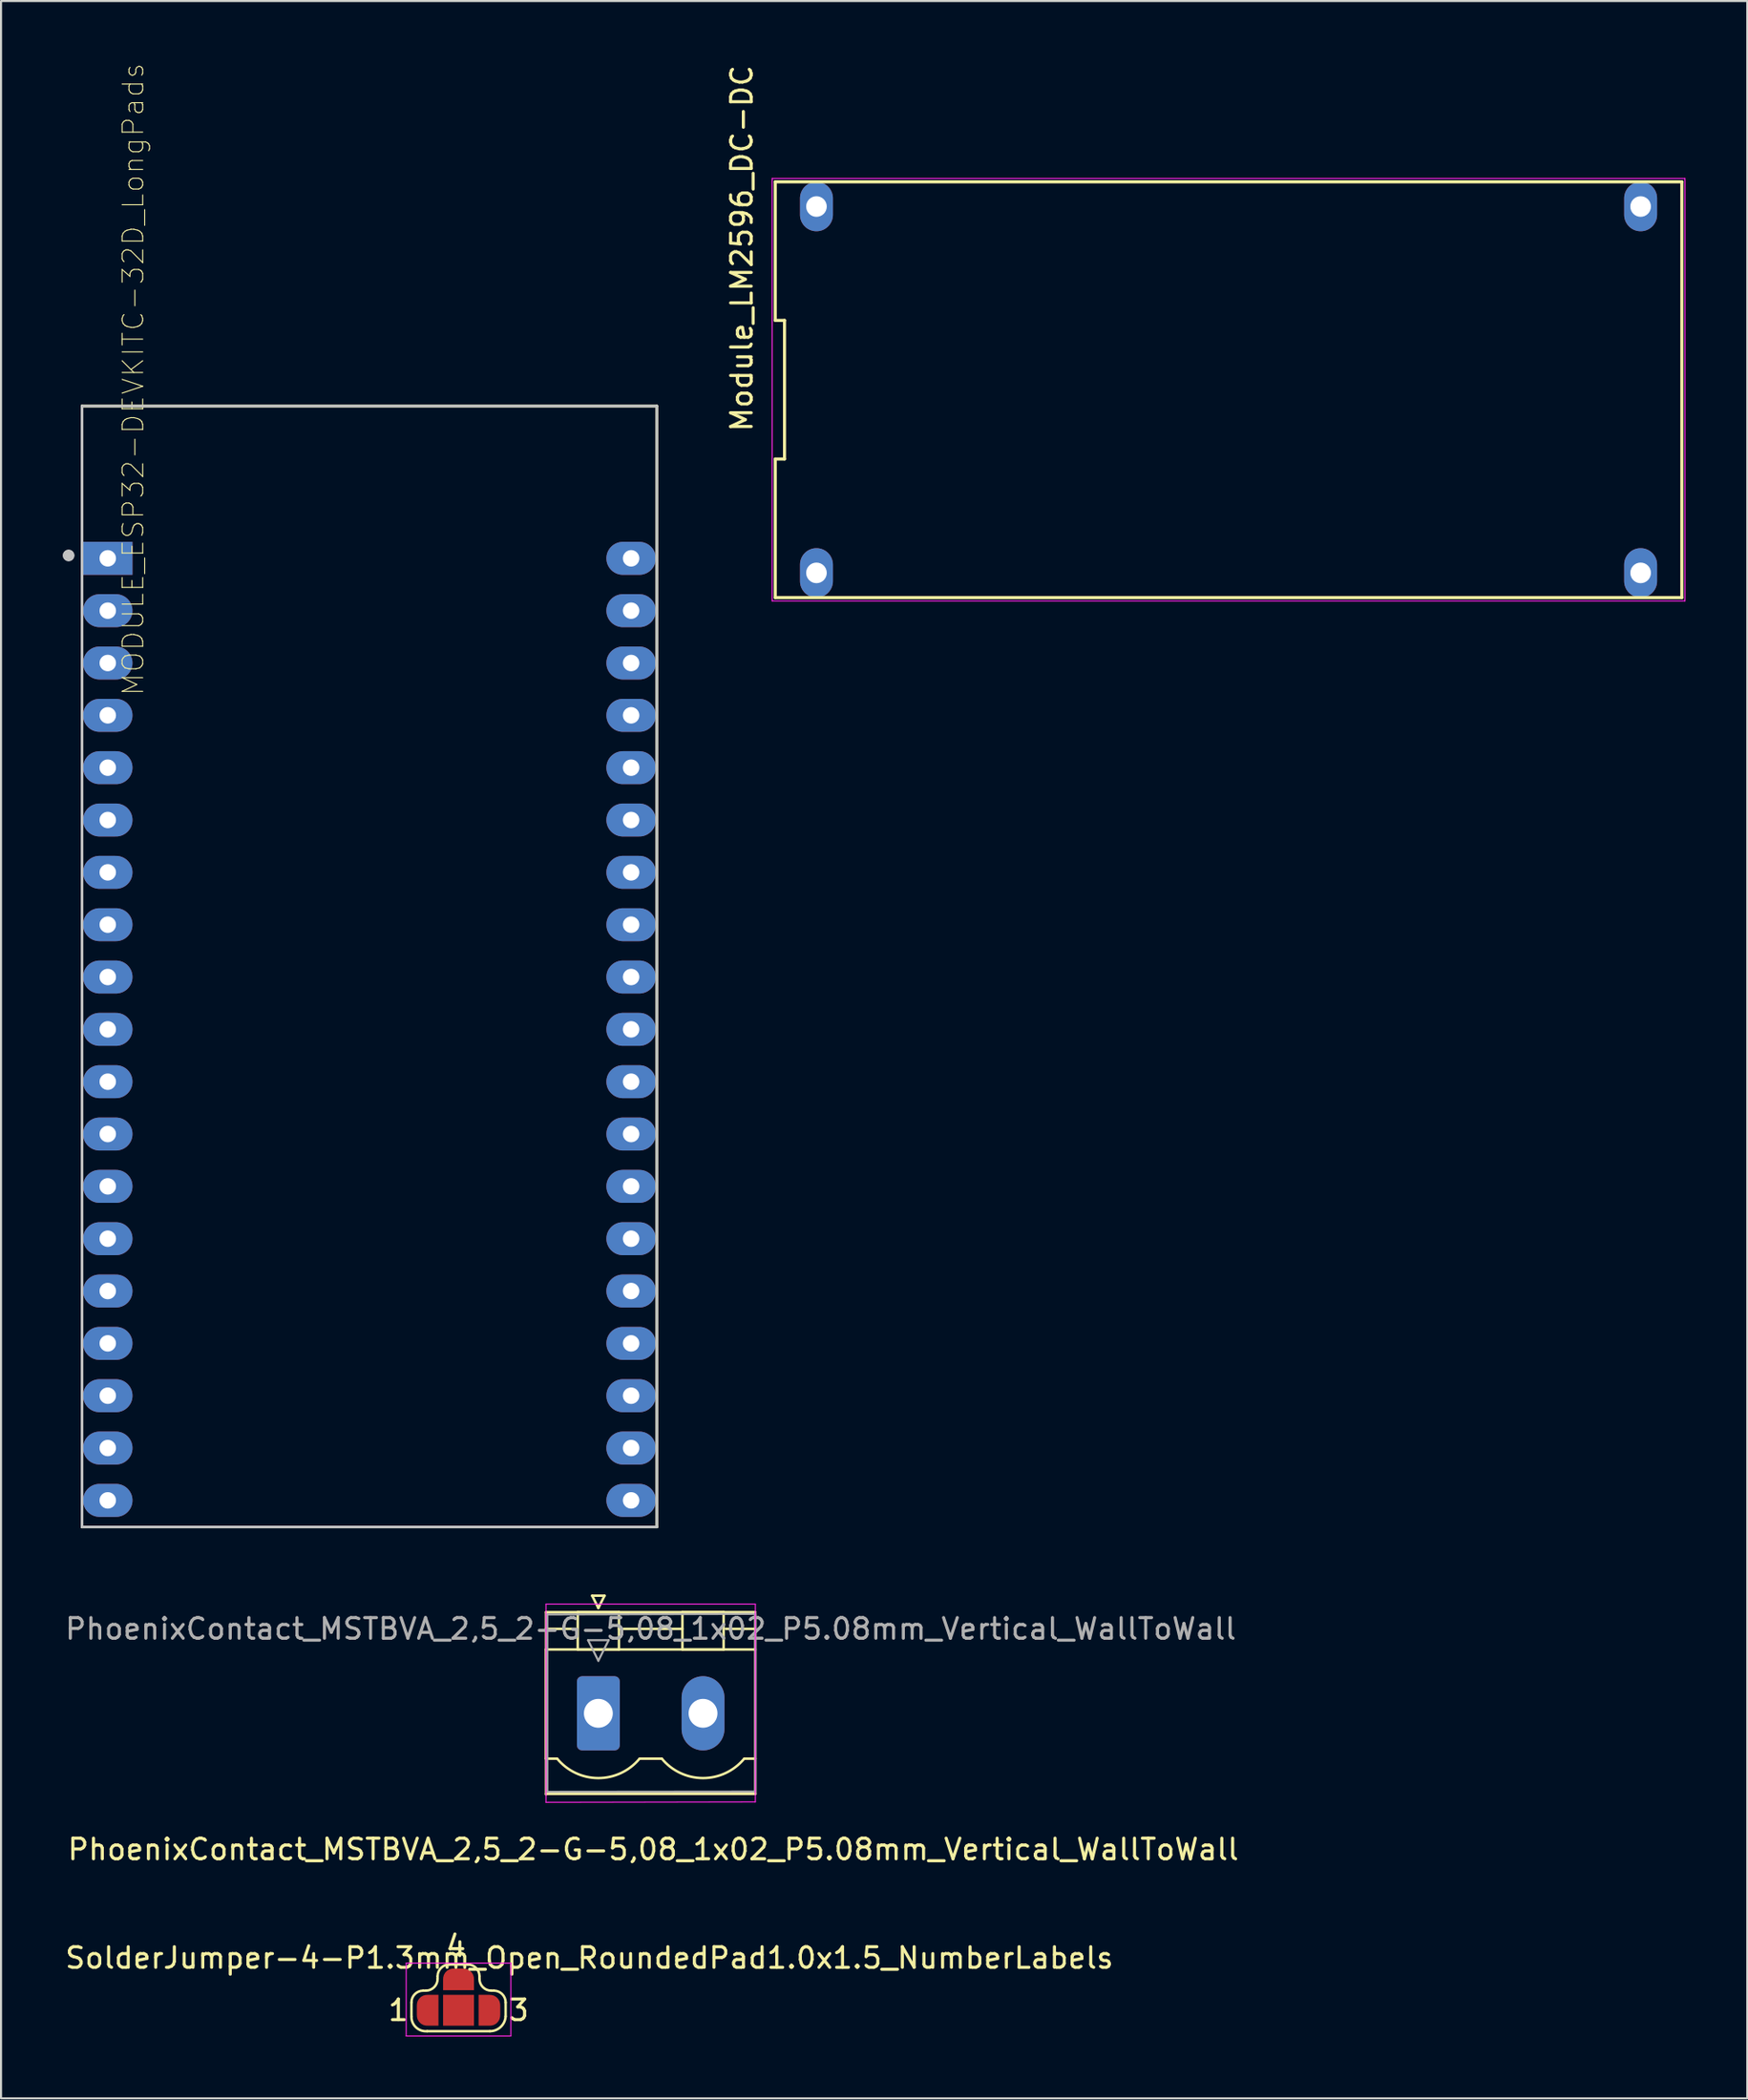
<source format=kicad_pcb>
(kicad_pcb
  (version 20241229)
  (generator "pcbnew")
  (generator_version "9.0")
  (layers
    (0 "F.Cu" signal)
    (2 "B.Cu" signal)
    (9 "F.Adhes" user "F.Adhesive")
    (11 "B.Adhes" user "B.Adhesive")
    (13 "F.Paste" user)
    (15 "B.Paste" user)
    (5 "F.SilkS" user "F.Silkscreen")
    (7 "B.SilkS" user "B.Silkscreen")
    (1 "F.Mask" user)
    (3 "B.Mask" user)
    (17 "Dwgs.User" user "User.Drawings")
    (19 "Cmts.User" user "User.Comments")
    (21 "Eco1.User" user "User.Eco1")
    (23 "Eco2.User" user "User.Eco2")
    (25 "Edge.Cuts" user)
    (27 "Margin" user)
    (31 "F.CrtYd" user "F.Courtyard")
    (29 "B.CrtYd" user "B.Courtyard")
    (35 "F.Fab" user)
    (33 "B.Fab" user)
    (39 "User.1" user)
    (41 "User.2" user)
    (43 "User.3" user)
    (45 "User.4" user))
  (footprint "PhoenixContact_MSTBVA_2,5_2-G-5,08_1x02_P5.08mm_Vertical_WallToWall"
    (layer "F.Cu")
    (at 25.99 80.103)
    (property "Reference" "PhoenixContact_MSTBVA_2,5_2-G-5,08_1x02_P5.08mm_Vertical_WallToWall" (at 2.664 6.604 180) (layer "F.SilkS") (effects (font (size 1 1) (thickness 0.15))))
    (attr through_hole)
    (fp_line (start -2.54 -4.91) (end -2.54 3.937) (stroke (width 0.12) (type solid)) (layer "F.SilkS"))
    (fp_line (start -2.54 -4.1) (end -1.11 -4.1) (stroke (width 0.12) (type solid)) (layer "F.SilkS"))
    (fp_line (start -2.54 -3.1) (end 7.62 -3.1) (stroke (width 0.12) (type solid)) (layer "F.SilkS"))
    (fp_line (start -2.54 2.2) (end -2.54 -3.1) (stroke (width 0.12) (type solid)) (layer "F.SilkS"))
    (fp_line (start -2.54 3.91) (end 7.62 3.91) (stroke (width 0.12) (type solid)) (layer "F.SilkS"))
    (fp_line (start -2 2.2) (end -2.54 2.2) (stroke (width 0.12) (type solid)) (layer "F.SilkS"))
    (fp_line (start -1 -4.91) (end 1 -4.91) (stroke (width 0.12) (type solid)) (layer "F.SilkS"))
    (fp_line (start -1 -3.1) (end -1 -4.91) (stroke (width 0.12) (type solid)) (layer "F.SilkS"))
    (fp_line (start -0.3 -5.71) (end 0.3 -5.71) (stroke (width 0.12) (type solid)) (layer "F.SilkS"))
    (fp_line (start 0 -5.11) (end -0.3 -5.71) (stroke (width 0.12) (type solid)) (layer "F.SilkS"))
    (fp_line (start 0.3 -5.71) (end 0 -5.11) (stroke (width 0.12) (type solid)) (layer "F.SilkS"))
    (fp_line (start 1 -4.91) (end 1 -3.1) (stroke (width 0.12) (type solid)) (layer "F.SilkS"))
    (fp_line (start 1 -4.1) (end 4.08 -4.1) (stroke (width 0.12) (type solid)) (layer "F.SilkS"))
    (fp_line (start 1 -3.1) (end -1 -3.1) (stroke (width 0.12) (type solid)) (layer "F.SilkS"))
    (fp_line (start 2 2.2) (end 3.08 2.2) (stroke (width 0.12) (type solid)) (layer "F.SilkS"))
    (fp_line (start 4.08 -4.91) (end 6.08 -4.91) (stroke (width 0.12) (type solid)) (layer "F.SilkS"))
    (fp_line (start 4.08 -3.1) (end 4.08 -4.91) (stroke (width 0.12) (type solid)) (layer "F.SilkS"))
    (fp_line (start 6.08 -4.91) (end 6.08 -3.1) (stroke (width 0.12) (type solid)) (layer "F.SilkS"))
    (fp_line (start 6.08 -3.1) (end 4.08 -3.1) (stroke (width 0.12) (type solid)) (layer "F.SilkS"))
    (fp_line (start 7.62 -4.91) (end -2.54 -4.91) (stroke (width 0.12) (type solid)) (layer "F.SilkS"))
    (fp_line (start 7.62 -4.1) (end 6.19 -4.1) (stroke (width 0.12) (type solid)) (layer "F.SilkS"))
    (fp_line (start 7.62 2.2) (end 7.08 2.2) (stroke (width 0.12) (type solid)) (layer "F.SilkS"))
    (fp_line (start 7.62 3.91) (end 7.62 -4.826) (stroke (width 0.12) (type solid)) (layer "F.SilkS"))
    (fp_arc (start 1.986842 2.215821) (mid -0.010289 3.142758) (end -2 2.2) (stroke (width 0.12) (type solid)) (layer "F.SilkS"))
    (fp_arc (start 7.066842 2.215821) (mid 5.069711 3.142758) (end 3.08 2.2) (stroke (width 0.12) (type solid)) (layer "F.SilkS"))
    (fp_line (start -2.54 -5.3) (end -2.54 4.318) (stroke (width 0.05) (type solid)) (layer "F.CrtYd"))
    (fp_line (start -2.54 4.318) (end 7.62 4.3) (stroke (width 0.05) (type solid)) (layer "F.CrtYd"))
    (fp_line (start 7.62 -5.3) (end -2.54 -5.3) (stroke (width 0.05) (type solid)) (layer "F.CrtYd"))
    (fp_line (start 7.62 4.3) (end 7.62 -5.3) (stroke (width 0.05) (type solid)) (layer "F.CrtYd"))
    (fp_line (start -2.477 -4.8) (end -2.477 3.8) (stroke (width 0.1) (type solid)) (layer "F.Fab"))
    (fp_line (start -2.477 3.81) (end 7.62 3.8) (stroke (width 0.1) (type solid)) (layer "F.Fab"))
    (fp_line (start -0.5 -3.55) (end 0.5 -3.55) (stroke (width 0.1) (type solid)) (layer "F.Fab"))
    (fp_line (start 0 -2.55) (end -0.5 -3.55) (stroke (width 0.1) (type solid)) (layer "F.Fab"))
    (fp_line (start 0.5 -3.55) (end 0 -2.55) (stroke (width 0.1) (type solid)) (layer "F.Fab"))
    (fp_line (start 7.62 -4.826) (end -2.477 -4.8) (stroke (width 0.1) (type solid)) (layer "F.Fab"))
    (fp_line (start 7.62 3.8) (end 7.62 -4.826) (stroke (width 0.1) (type solid)) (layer "F.Fab"))
    (fp_text user "${REFERENCE}" (at 2.54 -4.1 180) (layer "F.Fab") (effects (font (size 1 1) (thickness 0.15))))
    (pad "1" thru_hole roundrect (at 0 0) (size 2.08 3.6) (drill 1.4) (layers "*.Cu" "*.Mask") (roundrect_rratio 0.12))
    (pad "2" thru_hole oval (at 5.08 0) (size 2.08 3.6) (drill 1.4) (layers "*.Cu" "*.Mask")))
  (footprint "SolderJumper-4-P1.3mm_Open_RoundedPad1.0x1.5_NumberLabels"
    (layer "F.Cu")
    (at 19.204 94.515)
    (property "Reference" "SolderJumper-4-P1.3mm_Open_RoundedPad1.0x1.5_NumberLabels" (at 6.35 -2.54 0) (layer "F.SilkS") (effects (font (size 1 1) (thickness 0.15))))
    (attr through_hole)
    (fp_line (start -2.286 0.3) (end -2.286 -0.381) (stroke (width 0.12) (type solid)) (layer "F.SilkS"))
    (fp_line (start -1.714 -0.953) (end -1.587 -0.953) (stroke (width 0.12) (type solid)) (layer "F.SilkS"))
    (fp_line (start -1.016 -1.524) (end -1.016 -1.651) (stroke (width 0.12) (type solid)) (layer "F.SilkS"))
    (fp_line (start -0.445 -2.223) (end 0.445 -2.223) (stroke (width 0.12) (type solid)) (layer "F.SilkS"))
    (fp_line (start 1.016 -1.651) (end 1.016 -1.524) (stroke (width 0.12) (type solid)) (layer "F.SilkS"))
    (fp_line (start 1.524 1.016) (end -1.524 1.016) (stroke (width 0.12) (type solid)) (layer "F.SilkS"))
    (fp_line (start 1.587 -0.953) (end 1.714 -0.953) (stroke (width 0.12) (type solid)) (layer "F.SilkS"))
    (fp_line (start 2.286 -0.381) (end 2.286 0.3) (stroke (width 0.12) (type solid)) (layer "F.SilkS"))
    (fp_arc (start -2.286 -0.381) (mid -2.118612 -0.785112) (end -1.7145 -0.9525) (stroke (width 0.12) (type solid)) (layer "F.SilkS"))
    (fp_arc (start -1.523999 1.016) (mid -2.058393 0.835078) (end -2.285758 0.31873) (stroke (width 0.12) (type solid)) (layer "F.SilkS"))
    (fp_arc (start -1.016 -1.651) (mid -0.848612 -2.055112) (end -0.4445 -2.2225) (stroke (width 0.12) (type solid)) (layer "F.SilkS"))
    (fp_arc (start -1.016 -1.524) (mid -1.183388 -1.119888) (end -1.5875 -0.9525) (stroke (width 0.12) (type solid)) (layer "F.SilkS"))
    (fp_arc (start 0.4445 -2.2225) (mid 0.848612 -2.055112) (end 1.016 -1.651) (stroke (width 0.12) (type solid)) (layer "F.SilkS"))
    (fp_arc (start 1.5875 -0.9525) (mid 1.183388 -1.119888) (end 1.016 -1.524) (stroke (width 0.12) (type solid)) (layer "F.SilkS"))
    (fp_arc (start 1.7145 -0.9525) (mid 2.118612 -0.785112) (end 2.286 -0.381) (stroke (width 0.12) (type solid)) (layer "F.SilkS"))
    (fp_arc (start 2.284615 0.299916) (mid 2.046329 0.808811) (end 1.524 1.016) (stroke (width 0.12) (type solid)) (layer "F.SilkS"))
    (fp_line (start -2.54 -2.286) (end -2.54 1.25) (stroke (width 0.05) (type solid)) (layer "F.CrtYd"))
    (fp_line (start -2.54 -2.286) (end 2.54 -2.286) (stroke (width 0.05) (type solid)) (layer "F.CrtYd"))
    (fp_line (start 2.54 1.23) (end 2.54 -2.286) (stroke (width 0.05) (type solid)) (layer "F.CrtYd"))
    (fp_line (start 2.54 1.25) (end -2.54 1.25) (stroke (width 0.05) (type solid)) (layer "F.CrtYd"))
    (fp_text user "4" (at -0.127 -3.111 0) (layer "F.SilkS") (effects (font (size 1 1) (thickness 0.15))))
    (fp_text user "3" (at 2.921 0 0) (layer "F.SilkS") (effects (font (size 1 1) (thickness 0.15))))
    (fp_text user "1" (at -2.921 0 0) (layer "F.SilkS") (effects (font (size 1 1) (thickness 0.15))))
    (pad "1" smd custom (at -1.524 0) (size 1 0.5) (layers "F.Cu" "F.Mask") (options (anchor rect)) (primitives (gr_circle (center 0 0.25) (end 0.5 0.25) (width 0) (fill yes)) (gr_circle (center 0 -0.25) (end 0.5 -0.25) (width 0) (fill yes)) (gr_poly (pts (xy 0.55 -0.75) (xy 0 -0.75) (xy 0 0.75) (xy 0.55 0.75)) (width 0) (fill yes))))
    (pad "2" smd rect (at 0 0) (size 1.5 1.5) (layers "F.Cu" "F.Mask"))
    (pad "3" smd custom (at 1.524 0) (size 1 0.5) (layers "F.Cu" "F.Mask") (options (anchor rect)) (primitives (gr_circle (center 0 0.25) (end 0.5 0.25) (width 0) (fill yes)) (gr_circle (center 0 -0.25) (end 0.5 -0.25) (width 0) (fill yes)) (gr_poly (pts (xy -0.55 -0.75) (xy 0 -0.75) (xy 0 0.75) (xy -0.55 0.75)) (width 0) (fill yes))))
    (pad "4" smd custom (at 0 -1.524 90) (size 1 0.5) (layers "F.Cu" "F.Mask") (options (anchor rect)) (primitives (gr_circle (center 0 0.25) (end 0.5 0.25) (width 0) (fill yes)) (gr_circle (center 0 -0.25) (end 0.5 -0.25) (width 0) (fill yes)) (gr_poly (pts (xy -0.55 -0.75) (xy 0 -0.75) (xy 0 0.75) (xy -0.55 0.75)) (width 0) (fill yes)))))
  (footprint "MODULE_ESP32-DEVKITC-32D_LongPads"
    (layer "F.Cu")
    (at 14.88 43.808)
    (property "Reference" "MODULE_ESP32-DEVKITC-32D_LongPads" (at -11.464 -28.446 90) (layer "F.SilkS") (effects (font (size 1 1) (thickness 0.05))))
    (attr through_hole)
    (fp_line (start -13.95 -27.15) (end 13.95 -27.15) (stroke (width 0.127) (type solid)) (layer "F.SilkS"))
    (fp_line (start -13.95 27.25) (end -13.95 -27.15) (stroke (width 0.127) (type solid)) (layer "F.SilkS"))
    (fp_line (start 13.95 -27.15) (end 13.95 27.25) (stroke (width 0.127) (type solid)) (layer "F.SilkS"))
    (fp_line (start 13.95 27.25) (end -13.95 27.25) (stroke (width 0.127) (type solid)) (layer "F.SilkS"))
    (fp_line (start -13.95 -27.15) (end 13.95 -27.15) (stroke (width 0.127) (type solid)) (layer "Dwgs.User"))
    (fp_line (start -13.95 27.25) (end -13.95 -27.15) (stroke (width 0.127) (type solid)) (layer "Dwgs.User"))
    (fp_line (start 13.95 -27.15) (end 13.95 27.25) (stroke (width 0.127) (type solid)) (layer "Dwgs.User"))
    (fp_line (start 13.95 27.25) (end -13.95 27.25) (stroke (width 0.127) (type solid)) (layer "Dwgs.User"))
    (fp_circle (center -14.6 -19.9) (end -14.46 -19.9) (stroke (width 0.28) (type solid)) (fill no) (layer "Dwgs.User"))
    (fp_circle (center -14.6 -19.9) (end -14.46 -19.9) (stroke (width 0.28) (type solid)) (fill no) (layer "Dwgs.User"))
    (fp_line (start -14.2 -27.4) (end 14.2 -27.4) (stroke (width 0.05) (type solid)) (layer "Eco1.User"))
    (fp_line (start -14.2 27.5) (end -14.2 -27.4) (stroke (width 0.05) (type solid)) (layer "Eco1.User"))
    (fp_line (start 14.2 -27.4) (end 14.2 27.5) (stroke (width 0.05) (type solid)) (layer "Eco1.User"))
    (fp_line (start 14.2 27.5) (end -14.2 27.5) (stroke (width 0.05) (type solid)) (layer "Eco1.User"))
    (pad "1" thru_hole rect (at -12.7 -19.76) (size 2.4 1.6) (drill 0.8) (layers "*.Cu" "*.Mask"))
    (pad "2" thru_hole oval (at -12.7 -17.22) (size 2.4 1.6) (drill 0.8) (layers "*.Cu" "*.Mask"))
    (pad "3" thru_hole oval (at -12.7 -14.68) (size 2.4 1.6) (drill 0.8) (layers "*.Cu" "*.Mask"))
    (pad "4" thru_hole oval (at -12.7 -12.14) (size 2.4 1.6) (drill 0.8) (layers "*.Cu" "*.Mask"))
    (pad "5" thru_hole oval (at -12.7 -9.6) (size 2.4 1.6) (drill 0.8) (layers "*.Cu" "*.Mask"))
    (pad "6" thru_hole oval (at -12.7 -7.06) (size 2.4 1.6) (drill 0.8) (layers "*.Cu" "*.Mask"))
    (pad "7" thru_hole oval (at -12.7 -4.52) (size 2.4 1.6) (drill 0.8) (layers "*.Cu" "*.Mask"))
    (pad "8" thru_hole oval (at -12.7 -1.98) (size 2.4 1.6) (drill 0.8) (layers "*.Cu" "*.Mask"))
    (pad "9" thru_hole oval (at -12.7 0.56) (size 2.4 1.6) (drill 0.8) (layers "*.Cu" "*.Mask"))
    (pad "10" thru_hole oval (at -12.7 3.1) (size 2.4 1.6) (drill 0.8) (layers "*.Cu" "*.Mask"))
    (pad "11" thru_hole oval (at -12.7 5.64) (size 2.4 1.6) (drill 0.8) (layers "*.Cu" "*.Mask"))
    (pad "12" thru_hole oval (at -12.7 8.18) (size 2.4 1.6) (drill 0.8) (layers "*.Cu" "*.Mask"))
    (pad "13" thru_hole oval (at -12.7 10.72) (size 2.4 1.6) (drill 0.8) (layers "*.Cu" "*.Mask"))
    (pad "14" thru_hole oval (at -12.7 13.26) (size 2.4 1.6) (drill 0.8) (layers "*.Cu" "*.Mask"))
    (pad "15" thru_hole oval (at -12.7 15.8) (size 2.4 1.6) (drill 0.8) (layers "*.Cu" "*.Mask"))
    (pad "16" thru_hole oval (at -12.7 18.34) (size 2.4 1.6) (drill 0.8) (layers "*.Cu" "*.Mask"))
    (pad "17" thru_hole oval (at -12.7 20.88) (size 2.4 1.6) (drill 0.8) (layers "*.Cu" "*.Mask"))
    (pad "18" thru_hole oval (at -12.7 23.42) (size 2.4 1.6) (drill 0.8) (layers "*.Cu" "*.Mask"))
    (pad "19" thru_hole oval (at -12.7 25.96) (size 2.4 1.6) (drill 0.8) (layers "*.Cu" "*.Mask"))
    (pad "20" thru_hole oval (at 12.7 -19.76) (size 2.4 1.6) (drill 0.8) (layers "*.Cu" "*.Mask"))
    (pad "21" thru_hole oval (at 12.7 -17.22) (size 2.4 1.6) (drill 0.8) (layers "*.Cu" "*.Mask"))
    (pad "22" thru_hole oval (at 12.7 -14.68) (size 2.4 1.6) (drill 0.8) (layers "*.Cu" "*.Mask"))
    (pad "23" thru_hole oval (at 12.7 -12.14) (size 2.4 1.6) (drill 0.8) (layers "*.Cu" "*.Mask"))
    (pad "24" thru_hole oval (at 12.7 -9.6) (size 2.4 1.6) (drill 0.8) (layers "*.Cu" "*.Mask"))
    (pad "25" thru_hole oval (at 12.7 -7.06) (size 2.4 1.6) (drill 0.8) (layers "*.Cu" "*.Mask"))
    (pad "26" thru_hole oval (at 12.7 -4.52) (size 2.4 1.6) (drill 0.8) (layers "*.Cu" "*.Mask"))
    (pad "27" thru_hole oval (at 12.7 -1.98) (size 2.4 1.6) (drill 0.8) (layers "*.Cu" "*.Mask"))
    (pad "28" thru_hole oval (at 12.7 0.56) (size 2.4 1.6) (drill 0.8) (layers "*.Cu" "*.Mask"))
    (pad "29" thru_hole oval (at 12.7 3.1) (size 2.4 1.6) (drill 0.8) (layers "*.Cu" "*.Mask"))
    (pad "30" thru_hole oval (at 12.7 5.64) (size 2.4 1.6) (drill 0.8) (layers "*.Cu" "*.Mask"))
    (pad "31" thru_hole oval (at 12.7 8.18) (size 2.4 1.6) (drill 0.8) (layers "*.Cu" "*.Mask"))
    (pad "32" thru_hole oval (at 12.7 10.72) (size 2.4 1.6) (drill 0.8) (layers "*.Cu" "*.Mask"))
    (pad "33" thru_hole oval (at 12.7 13.26) (size 2.4 1.6) (drill 0.8) (layers "*.Cu" "*.Mask"))
    (pad "34" thru_hole oval (at 12.7 15.8) (size 2.4 1.6) (drill 0.8) (layers "*.Cu" "*.Mask"))
    (pad "35" thru_hole oval (at 12.7 18.34) (size 2.4 1.6) (drill 0.8) (layers "*.Cu" "*.Mask"))
    (pad "36" thru_hole oval (at 12.7 20.88) (size 2.4 1.6) (drill 0.8) (layers "*.Cu" "*.Mask"))
    (pad "37" thru_hole oval (at 12.7 23.42) (size 2.4 1.6) (drill 0.8) (layers "*.Cu" "*.Mask"))
    (pad "38" thru_hole oval (at 12.7 25.96) (size 2.4 1.6) (drill 0.8) (layers "*.Cu" "*.Mask")))
  (footprint "Module_LM2596_DC-DC"
    (layer "F.Cu")
    (at 56.575 15.864)
    (property "Reference" "Module_LM2596_DC-DC" (at -23.622 -6.858 90) (layer "F.SilkS") (effects (font (size 1 1) (thickness 0.15))))
    (attr through_hole)
    (fp_line (start -22 -10.09) (end -22 -3.363) (stroke (width 0.15) (type solid)) (layer "F.SilkS"))
    (fp_line (start -22 -3.363) (end -21.55 -3.363) (stroke (width 0.15) (type solid)) (layer "F.SilkS"))
    (fp_line (start -22 3.363) (end -22 10.09) (stroke (width 0.15) (type solid)) (layer "F.SilkS"))
    (fp_line (start -22 10.09) (end 22 10.09) (stroke (width 0.15) (type solid)) (layer "F.SilkS"))
    (fp_line (start -21.55 -3.363) (end -21.55 3.363) (stroke (width 0.15) (type solid)) (layer "F.SilkS"))
    (fp_line (start -21.55 3.363) (end -22 3.363) (stroke (width 0.15) (type solid)) (layer "F.SilkS"))
    (fp_line (start 22 -10.09) (end -22 -10.09) (stroke (width 0.15) (type solid)) (layer "F.SilkS"))
    (fp_line (start 22 10.09) (end 22 -10.09) (stroke (width 0.15) (type solid)) (layer "F.SilkS"))
    (fp_line (start -22.15 -10.25) (end 22.15 -10.25) (stroke (width 0.05) (type solid)) (layer "F.CrtYd"))
    (fp_line (start -22.15 10.25) (end -22.15 -10.25) (stroke (width 0.05) (type solid)) (layer "F.CrtYd"))
    (fp_line (start 22.15 -10.25) (end 22.15 10.25) (stroke (width 0.05) (type solid)) (layer "F.CrtYd"))
    (fp_line (start 22.15 10.25) (end -22.15 10.25) (stroke (width 0.05) (type solid)) (layer "F.CrtYd"))
    (pad "1" thru_hole oval (at -20 -8.89) (size 1.6 2.4) (drill 1) (layers "*.Cu" "*.Mask"))
    (pad "2" thru_hole oval (at -20 8.89) (size 1.6 2.4) (drill 1) (layers "*.Cu" "*.Mask"))
    (pad "3" thru_hole oval (at 20 -8.89) (size 1.6 2.4) (drill 1) (layers "*.Cu" "*.Mask"))
    (pad "4" thru_hole oval (at 20 8.89) (size 1.6 2.4) (drill 1) (layers "*.Cu" "*.Mask")))
  (gr_rect
    (start -3 -3)
    (end 81.75 98.79)
    (stroke (width 0.1) (type default))
    (fill no)
    (layer "Edge.Cuts")))
</source>
